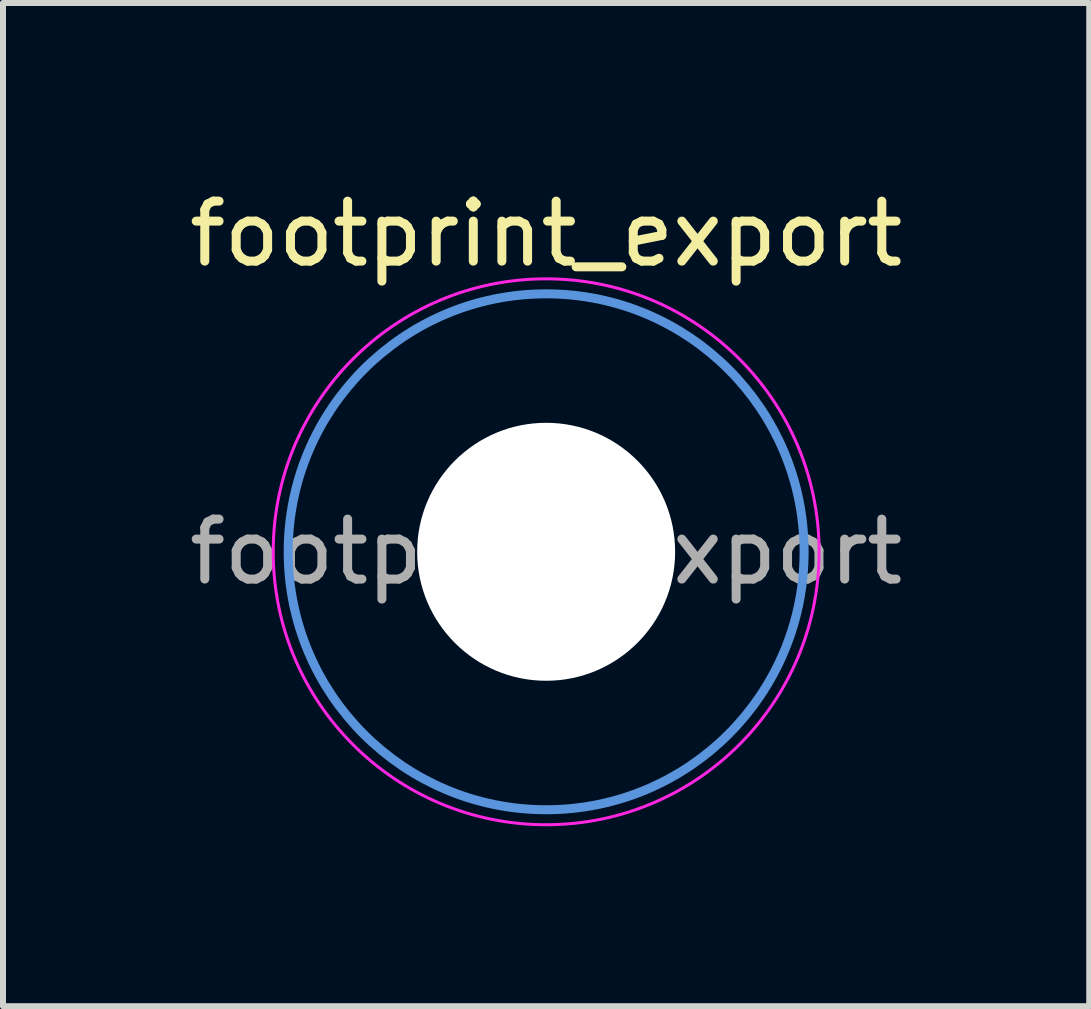
<source format=kicad_pcb>
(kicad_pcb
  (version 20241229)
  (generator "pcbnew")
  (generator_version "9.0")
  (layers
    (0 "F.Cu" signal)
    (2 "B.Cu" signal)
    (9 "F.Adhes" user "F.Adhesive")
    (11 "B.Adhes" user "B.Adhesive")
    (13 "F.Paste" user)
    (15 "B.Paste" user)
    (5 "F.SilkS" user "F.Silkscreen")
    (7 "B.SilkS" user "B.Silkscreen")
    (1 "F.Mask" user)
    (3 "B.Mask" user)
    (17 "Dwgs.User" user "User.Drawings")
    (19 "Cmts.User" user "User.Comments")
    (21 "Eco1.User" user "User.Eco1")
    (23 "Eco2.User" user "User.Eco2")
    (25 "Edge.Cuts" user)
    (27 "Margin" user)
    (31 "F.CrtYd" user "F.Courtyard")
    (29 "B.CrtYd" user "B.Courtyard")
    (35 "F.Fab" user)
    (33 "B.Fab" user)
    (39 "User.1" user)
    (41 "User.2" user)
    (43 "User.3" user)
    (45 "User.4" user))
  (footprint "footprint_export"
    (layer "F.Cu")
    (at 6.054 6.148)
    (property "Reference" "footprint_export" (at 0 -5.3 0) (layer "F.SilkS") (effects (font (size 1 1) (thickness 0.15))))
    (attr exclude_from_pos_files exclude_from_bom)
    (fp_circle (center 0 0) (end 4.3 0) (stroke (width 0.15) (type solid)) (fill no) (layer "Cmts.User"))
    (fp_circle (center 0 0) (end 4.55 0) (stroke (width 0.05) (type solid)) (fill no) (layer "F.CrtYd"))
    (fp_text user "${REFERENCE}" (at 0 0 0) (layer "F.Fab") (effects (font (size 1 1) (thickness 0.15))))
    (pad "" np_thru_hole circle (at 0 0) (size 4.3 4.3) (drill 4.3) (layers "*.Cu" "*.Mask")))
  (gr_rect
    (start -3 -3)
    (end 15.107 13.723)
    (stroke (width 0.1) (type default))
    (fill no)
    (layer "Edge.Cuts")))
</source>
